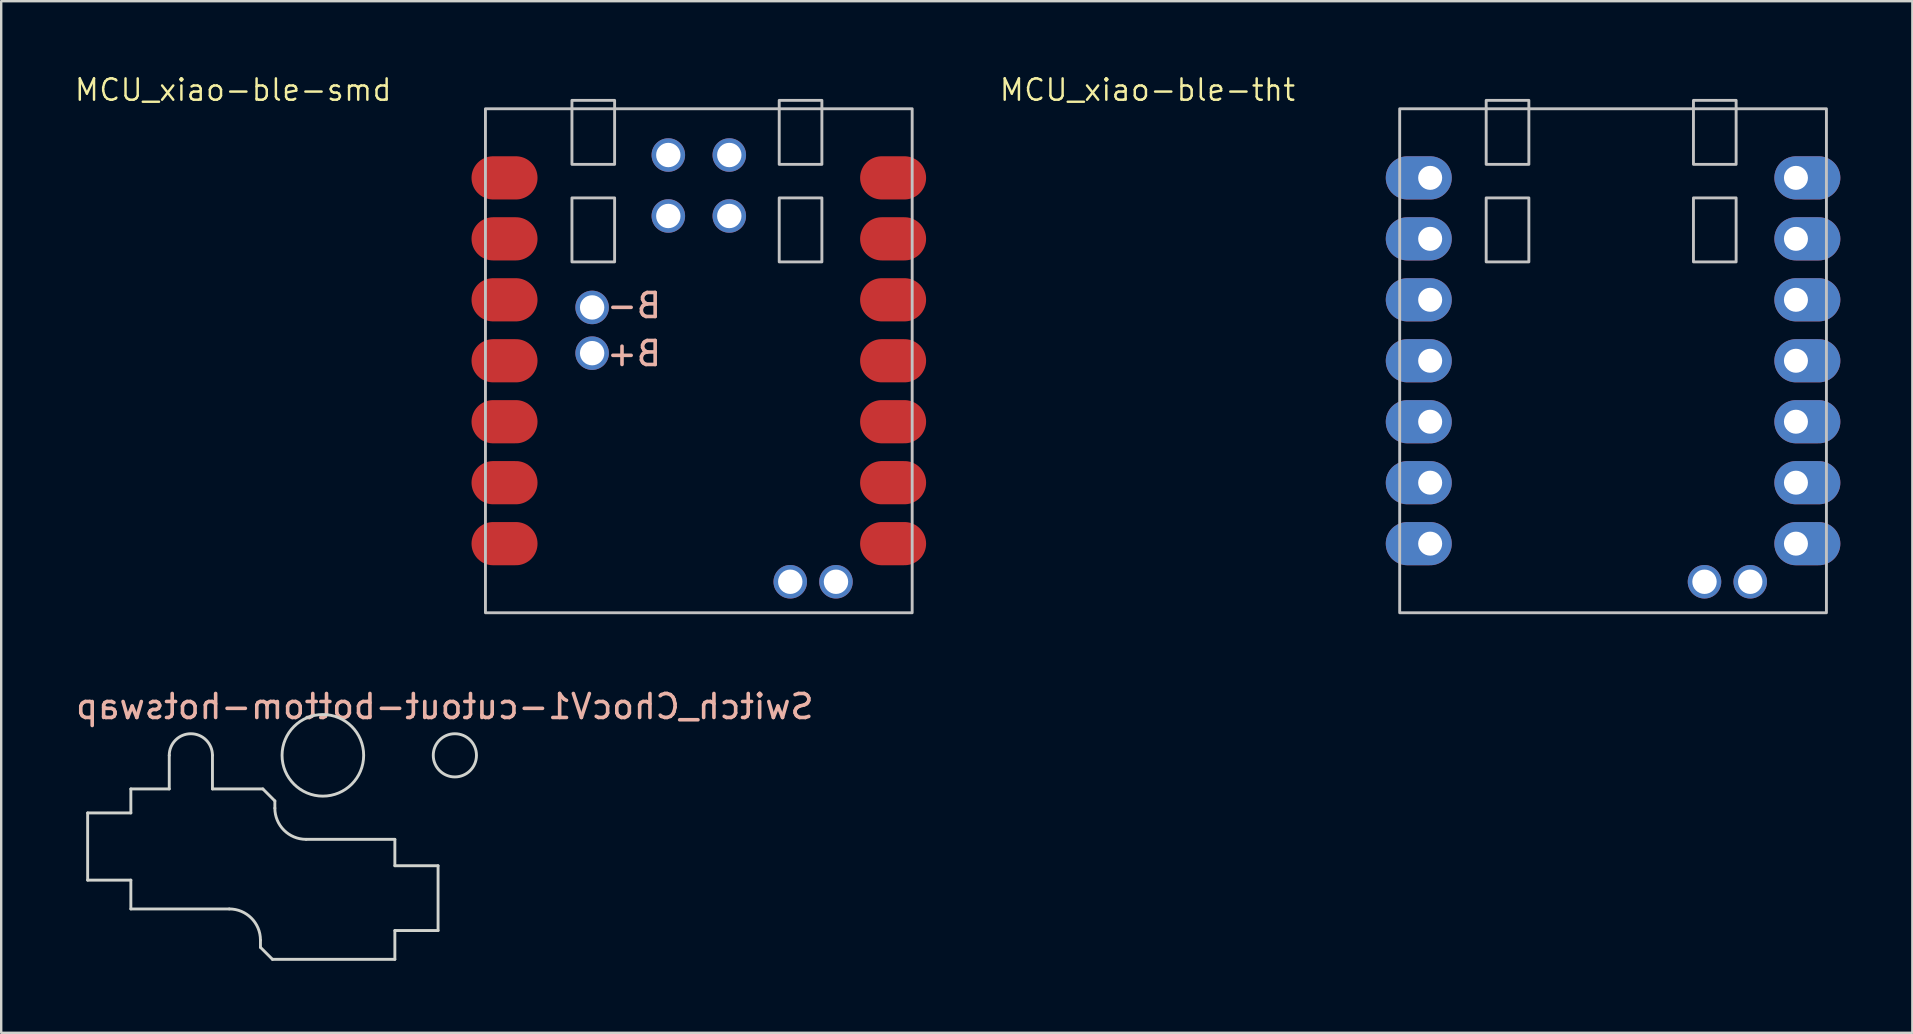
<source format=kicad_pcb>
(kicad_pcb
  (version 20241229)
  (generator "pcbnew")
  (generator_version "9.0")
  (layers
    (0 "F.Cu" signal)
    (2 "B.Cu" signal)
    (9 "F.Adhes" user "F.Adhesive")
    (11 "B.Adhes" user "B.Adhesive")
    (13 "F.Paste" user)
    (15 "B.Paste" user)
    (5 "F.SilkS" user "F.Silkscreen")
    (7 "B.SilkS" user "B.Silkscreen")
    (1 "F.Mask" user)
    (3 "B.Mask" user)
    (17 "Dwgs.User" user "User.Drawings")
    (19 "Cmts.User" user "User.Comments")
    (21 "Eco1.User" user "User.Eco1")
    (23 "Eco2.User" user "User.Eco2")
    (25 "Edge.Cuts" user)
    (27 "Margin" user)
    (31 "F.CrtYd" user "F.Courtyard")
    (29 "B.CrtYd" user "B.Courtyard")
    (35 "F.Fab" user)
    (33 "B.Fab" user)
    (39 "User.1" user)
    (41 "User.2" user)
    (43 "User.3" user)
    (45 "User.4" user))
  (footprint "MCU_xiao-ble-tht"
    (layer "F.Cu")
    (at 64.158 11.981)
    (property "Reference" "MCU_xiao-ble-tht" (at -19.399 -11.283 0) (layer "F.SilkS") (effects (font (size 0.889 0.889) (thickness 0.102))))
    (attr smd exclude_from_pos_files)
    (fp_rect (start -8.89 10.5) (end 8.89 -10.5) (stroke (width 0.12) (type solid)) (fill no) (layer "Dwgs.User"))
    (fp_rect (start -5.286 -6.786) (end -3.508 -4.119) (stroke (width 0.12) (type solid)) (fill no) (layer "Dwgs.User"))
    (fp_rect (start -3.508 -8.183) (end -5.286 -10.85) (stroke (width 0.12) (type solid)) (fill no) (layer "Dwgs.User"))
    (fp_rect (start 3.35 -10.85) (end 5.128 -8.183) (stroke (width 0.12) (type solid)) (fill no) (layer "Dwgs.User"))
    (fp_rect (start 3.35 -6.786) (end 5.128 -4.119) (stroke (width 0.12) (type solid)) (fill no) (layer "Dwgs.User"))
    (pad "1" thru_hole oval (at -7.62 -7.62) (size 2.75 1.8) (drill 1 (offset -0.475 0)) (layers "*.Cu" "*.Mask"))
    (pad "2" thru_hole oval (at -7.62 -5.08) (size 2.75 1.8) (drill 1 (offset -0.475 0)) (layers "*.Cu" "*.Mask"))
    (pad "3" thru_hole oval (at -7.62 -2.54) (size 2.75 1.8) (drill 1 (offset -0.475 0)) (layers "*.Cu" "*.Mask"))
    (pad "4" thru_hole oval (at -7.62 0) (size 2.75 1.8) (drill 1 (offset -0.475 0)) (layers "*.Cu" "*.Mask"))
    (pad "5" thru_hole oval (at -7.62 2.54) (size 2.75 1.8) (drill 1 (offset -0.475 0)) (layers "*.Cu" "*.Mask"))
    (pad "6" thru_hole oval (at -7.62 5.08) (size 2.75 1.8) (drill 1 (offset -0.475 0)) (layers "*.Cu" "*.Mask"))
    (pad "7" thru_hole oval (at -7.62 7.62) (size 2.75 1.8) (drill 1 (offset -0.475 0)) (layers "*.Cu" "*.Mask"))
    (pad "8" thru_hole oval (at 7.62 7.62 180) (size 2.75 1.8) (drill 1 (offset -0.475 0)) (layers "*.Cu" "*.Mask"))
    (pad "9" thru_hole oval (at 7.62 5.08 180) (size 2.75 1.8) (drill 1 (offset -0.475 0)) (layers "*.Cu" "*.Mask"))
    (pad "10" thru_hole oval (at 7.62 2.54 180) (size 2.75 1.8) (drill 1 (offset -0.475 0)) (layers "*.Cu" "*.Mask"))
    (pad "11" thru_hole oval (at 7.62 0 180) (size 2.75 1.8) (drill 1 (offset -0.475 0)) (layers "*.Cu" "*.Mask"))
    (pad "12" thru_hole oval (at 7.62 -2.54 180) (size 2.75 1.8) (drill 1 (offset -0.475 0)) (layers "*.Cu" "*.Mask"))
    (pad "13" thru_hole oval (at 7.62 -5.08 180) (size 2.75 1.8) (drill 1 (offset -0.475 0)) (layers "*.Cu" "*.Mask"))
    (pad "14" thru_hole oval (at 7.62 -7.62 180) (size 2.75 1.8) (drill 1 (offset -0.475 0)) (layers "*.Cu" "*.Mask"))
    (pad "21" thru_hole circle (at 3.81 9.208 180) (size 1.397 1.397) (drill 1.016) (layers "*.Cu" "*.Mask"))
    (pad "22" thru_hole circle (at 5.715 9.208 180) (size 1.397 1.397) (drill 1.016) (layers "*.Cu" "*.Mask")))
  (footprint "MCU_xiao-ble-smd"
    (layer "F.Cu")
    (at 26.066 11.981)
    (property "Reference" "MCU_xiao-ble-smd" (at -19.399 -11.283 0) (layer "F.SilkS") (effects (font (size 0.889 0.889) (thickness 0.102))))
    (attr smd exclude_from_pos_files)
    (fp_rect (start -8.89 10.5) (end 8.89 -10.5) (stroke (width 0.12) (type solid)) (fill no) (layer "Dwgs.User"))
    (fp_rect (start -5.286 -6.786) (end -3.508 -4.119) (stroke (width 0.12) (type solid)) (fill no) (layer "Dwgs.User"))
    (fp_rect (start -3.508 -8.183) (end -5.286 -10.85) (stroke (width 0.12) (type solid)) (fill no) (layer "Dwgs.User"))
    (fp_rect (start 3.35 -10.85) (end 5.128 -8.183) (stroke (width 0.12) (type solid)) (fill no) (layer "Dwgs.User"))
    (fp_rect (start 3.35 -6.786) (end 5.128 -4.119) (stroke (width 0.12) (type solid)) (fill no) (layer "Dwgs.User"))
    (fp_text user "B+" (at -2.7 -0.3 0) (unlocked yes) (layer "B.SilkS") (effects (font (size 1 1) (thickness 0.15)) (justify mirror)))
    (fp_text user "B-" (at -2.7 -2.3 0) (unlocked yes) (layer "B.SilkS") (effects (font (size 1 1) (thickness 0.15)) (justify mirror)))
    (pad "1" smd oval (at -8.57 -7.62 180) (size 2.75 1.8) (drill (offset -0.475 0)) (layers "F.Cu" "F.Mask" "F.Paste"))
    (pad "2" smd oval (at -8.57 -5.08 180) (size 2.75 1.8) (drill (offset -0.475 0)) (layers "F.Cu" "F.Mask" "F.Paste"))
    (pad "3" smd oval (at -8.57 -2.54 180) (size 2.75 1.8) (drill (offset -0.475 0)) (layers "F.Cu" "F.Mask" "F.Paste"))
    (pad "4" smd oval (at -8.57 0 180) (size 2.75 1.8) (drill (offset -0.475 0)) (layers "F.Cu" "F.Mask" "F.Paste"))
    (pad "5" smd oval (at -8.57 2.54 180) (size 2.75 1.8) (drill (offset -0.475 0)) (layers "F.Cu" "F.Mask" "F.Paste"))
    (pad "6" smd oval (at -8.57 5.08 180) (size 2.75 1.8) (drill (offset -0.475 0)) (layers "F.Cu" "F.Mask" "F.Paste"))
    (pad "7" smd oval (at -8.57 7.62 180) (size 2.75 1.8) (drill (offset -0.475 0)) (layers "F.Cu" "F.Mask" "F.Paste"))
    (pad "8" smd oval (at 8.57 7.62) (size 2.75 1.8) (drill (offset -0.475 0)) (layers "F.Cu" "F.Mask" "F.Paste"))
    (pad "9" smd oval (at 8.57 5.08) (size 2.75 1.8) (drill (offset -0.475 0)) (layers "F.Cu" "F.Mask" "F.Paste"))
    (pad "10" smd oval (at 8.57 2.54) (size 2.75 1.8) (drill (offset -0.475 0)) (layers "F.Cu" "F.Mask" "F.Paste"))
    (pad "11" smd oval (at 8.57 0) (size 2.75 1.8) (drill (offset -0.475 0)) (layers "F.Cu" "F.Mask" "F.Paste"))
    (pad "12" smd oval (at 8.57 -2.54) (size 2.75 1.8) (drill (offset -0.475 0)) (layers "F.Cu" "F.Mask" "F.Paste"))
    (pad "13" smd oval (at 8.57 -5.08) (size 2.75 1.8) (drill (offset -0.475 0)) (layers "F.Cu" "F.Mask" "F.Paste"))
    (pad "14" smd oval (at 8.57 -7.62) (size 2.75 1.8) (drill (offset -0.475 0)) (layers "F.Cu" "F.Mask" "F.Paste"))
    (pad "15" thru_hole circle (at -1.27 -8.572 90) (size 1.397 1.397) (drill 1.016) (layers "*.Cu" "*.Mask"))
    (pad "16" thru_hole circle (at 1.27 -8.572 90) (size 1.397 1.397) (drill 1.016) (layers "*.Cu" "*.Mask"))
    (pad "17" thru_hole circle (at -1.27 -6.032 90) (size 1.397 1.397) (drill 1.016) (layers "*.Cu" "*.Mask"))
    (pad "18" thru_hole circle (at 1.27 -6.032 90) (size 1.397 1.397) (drill 1.016) (layers "*.Cu" "*.Mask"))
    (pad "19" thru_hole circle (at -4.445 -0.317 180) (size 1.397 1.397) (drill 1.016) (layers "*.Cu" "*.Mask"))
    (pad "20" thru_hole circle (at -4.445 -2.222 180) (size 1.397 1.397) (drill 1.016) (layers "*.Cu" "*.Mask"))
    (pad "21" thru_hole circle (at 3.81 9.208 180) (size 1.397 1.397) (drill 1.016) (layers "*.Cu" "*.Mask"))
    (pad "22" thru_hole circle (at 5.715 9.208 180) (size 1.397 1.397) (drill 1.016) (layers "*.Cu" "*.Mask")))
  (footprint "Switch_ChocV1-cutout-bottom-hotswap"
    (layer "F.Cu")
    (at 10.402 28.421)
    (property "Reference" "Switch_ChocV1-cutout-bottom-hotswap" (at 5.08 -2.032 0) (layer "B.SilkS") (effects (font (size 1 1) (thickness 0.15)) (justify mirror)))
    (fp_line (start -9.8 2.4) (end -9.8 5.2) (stroke (width 0.12) (type solid)) (layer "Edge.Cuts"))
    (fp_line (start -9.8 5.2) (end -8 5.2) (stroke (width 0.12) (type solid)) (layer "Edge.Cuts"))
    (fp_line (start -8 1.4) (end -8 2.4) (stroke (width 0.12) (type solid)) (layer "Edge.Cuts"))
    (fp_line (start -8 1.4) (end -6.4 1.4) (stroke (width 0.12) (type solid)) (layer "Edge.Cuts"))
    (fp_line (start -8 2.4) (end -9.8 2.4) (stroke (width 0.12) (type solid)) (layer "Edge.Cuts"))
    (fp_line (start -8 5.2) (end -8 6.4) (stroke (width 0.12) (type solid)) (layer "Edge.Cuts"))
    (fp_line (start -8 6.4) (end -3.9 6.4) (stroke (width 0.12) (type solid)) (layer "Edge.Cuts"))
    (fp_line (start -6.4 0) (end -6.4 1.4) (stroke (width 0.12) (type solid)) (layer "Edge.Cuts"))
    (fp_line (start -4.6 0) (end -4.6 1.4) (stroke (width 0.12) (type solid)) (layer "Edge.Cuts"))
    (fp_line (start -2.6 8) (end -2.6 7.7) (stroke (width 0.12) (type solid)) (layer "Edge.Cuts"))
    (fp_line (start -2.5 1.4) (end -4.6 1.4) (stroke (width 0.12) (type solid)) (layer "Edge.Cuts"))
    (fp_line (start -2.5 1.4) (end -2 1.9) (stroke (width 0.12) (type solid)) (layer "Edge.Cuts"))
    (fp_line (start -2.1 8.5) (end -2.6 8) (stroke (width 0.12) (type solid)) (layer "Edge.Cuts"))
    (fp_line (start -2.1 8.5) (end 3 8.5) (stroke (width 0.12) (type solid)) (layer "Edge.Cuts"))
    (fp_line (start -2 1.9) (end -2 2.2) (stroke (width 0.12) (type solid)) (layer "Edge.Cuts"))
    (fp_line (start 3 3.5) (end -0.7 3.5) (stroke (width 0.12) (type solid)) (layer "Edge.Cuts"))
    (fp_line (start 3 4.6) (end 3 3.5) (stroke (width 0.12) (type solid)) (layer "Edge.Cuts"))
    (fp_line (start 3 7.3) (end 4.8 7.3) (stroke (width 0.12) (type solid)) (layer "Edge.Cuts"))
    (fp_line (start 3 8.5) (end 3 7.3) (stroke (width 0.12) (type solid)) (layer "Edge.Cuts"))
    (fp_line (start 4.8 4.6) (end 3 4.6) (stroke (width 0.12) (type solid)) (layer "Edge.Cuts"))
    (fp_line (start 4.8 7.3) (end 4.8 4.6) (stroke (width 0.12) (type solid)) (layer "Edge.Cuts"))
    (fp_arc (start -6.4 0) (mid -5.5 -0.9) (end -4.6 0) (stroke (width 0.12) (type solid)) (layer "Edge.Cuts"))
    (fp_arc (start -3.9 6.4) (mid -2.980761 6.780761) (end -2.6 7.7) (stroke (width 0.12) (type solid)) (layer "Edge.Cuts"))
    (fp_arc (start -0.7 3.5) (mid -1.619239 3.119239) (end -2 2.2) (stroke (width 0.12) (type solid)) (layer "Edge.Cuts"))
    (fp_circle (center 0 0) (end 1.7 0) (stroke (width 0.12) (type solid)) (fill no) (layer "Edge.Cuts"))
    (fp_circle (center 5.5 0) (end 5.5 -0.9) (stroke (width 0.12) (type solid)) (fill no) (layer "Edge.Cuts")))
  (gr_rect
    (start -3 -3)
    (end 76.628 39.981)
    (stroke (width 0.1) (type default))
    (fill no)
    (layer "Edge.Cuts")))
</source>
